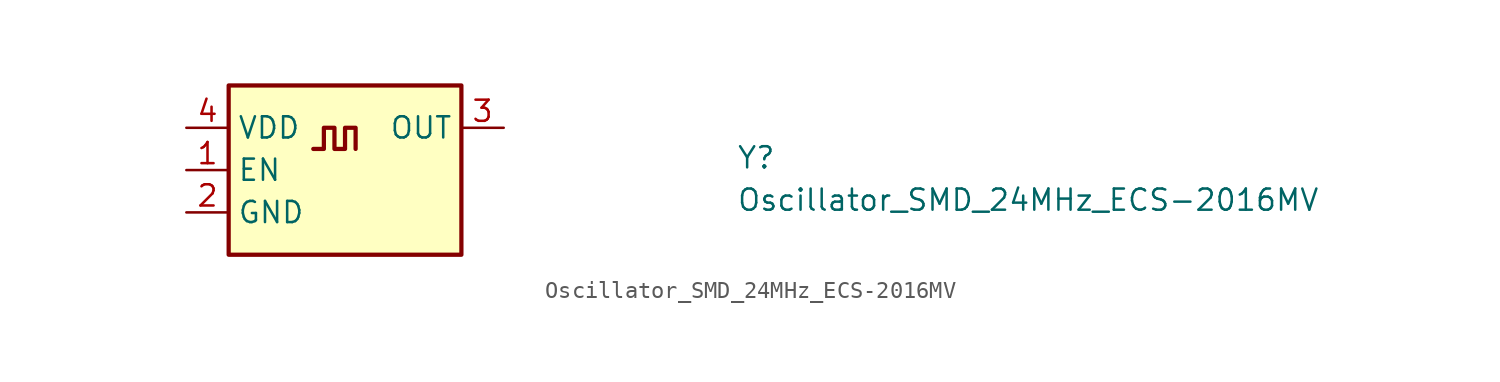
<source format=kicad_sym>
(kicad_symbol_lib
  (version 20211014)
  (generator kicad_symbol_editor)
  (symbol "Oscillator_SMD_24MHz_ECS-2016MV"
    (property "Reference" "Y"
      (at 33.02 -2.54 0)
      (effects (font (size 1.27 1.27) (thickness 0.15)) (justify left bottom)))
    (property "Value" "Oscillator_SMD_24MHz_ECS-2016MV"
      (at 33.02 -5.08 0)
      (effects (font (size 1.27 1.27) (thickness 0.15)) (justify left bottom)))
    (symbol "Oscillator_SMD_24MHz_ECS-2016MV_1_1"
      (polyline (pts (xy 7.62 -1.27) (xy 8.255 -1.27) (xy 8.255 0) (xy 8.89 0) (xy 8.89 -1.27) (xy 9.525 -1.27) (xy 9.525 0) (xy 10.16 0) (xy 10.16 -1.27)) (stroke (width 0.254) (type default) (color 0 0 0 0)) (fill (type background)))
      (rectangle (start 2.54 2.54) (end 16.51 -7.62) (stroke (width 0.254) (type default) (color 0 0 0 0)) (fill (type background)))
      (pin input line (at 0 -2.54 0) (length 2.54) (name "EN" (effects (font (size 1.27 1.27)))) (number "1" (effects (font (size 1.27 1.27)))))
      (pin power_in line (at 0 -5.08 0) (length 2.54) (name "GND" (effects (font (size 1.27 1.27)))) (number "2" (effects (font (size 1.27 1.27)))))
      (pin output line (at 19.05 0 180) (length 2.54) (name "OUT" (effects (font (size 1.27 1.27)))) (number "3" (effects (font (size 1.27 1.27)))))
      (pin power_in line (at 0 0 0) (length 2.54) (name "VDD" (effects (font (size 1.27 1.27)))) (number "4" (effects (font (size 1.27 1.27))))))))
</source>
